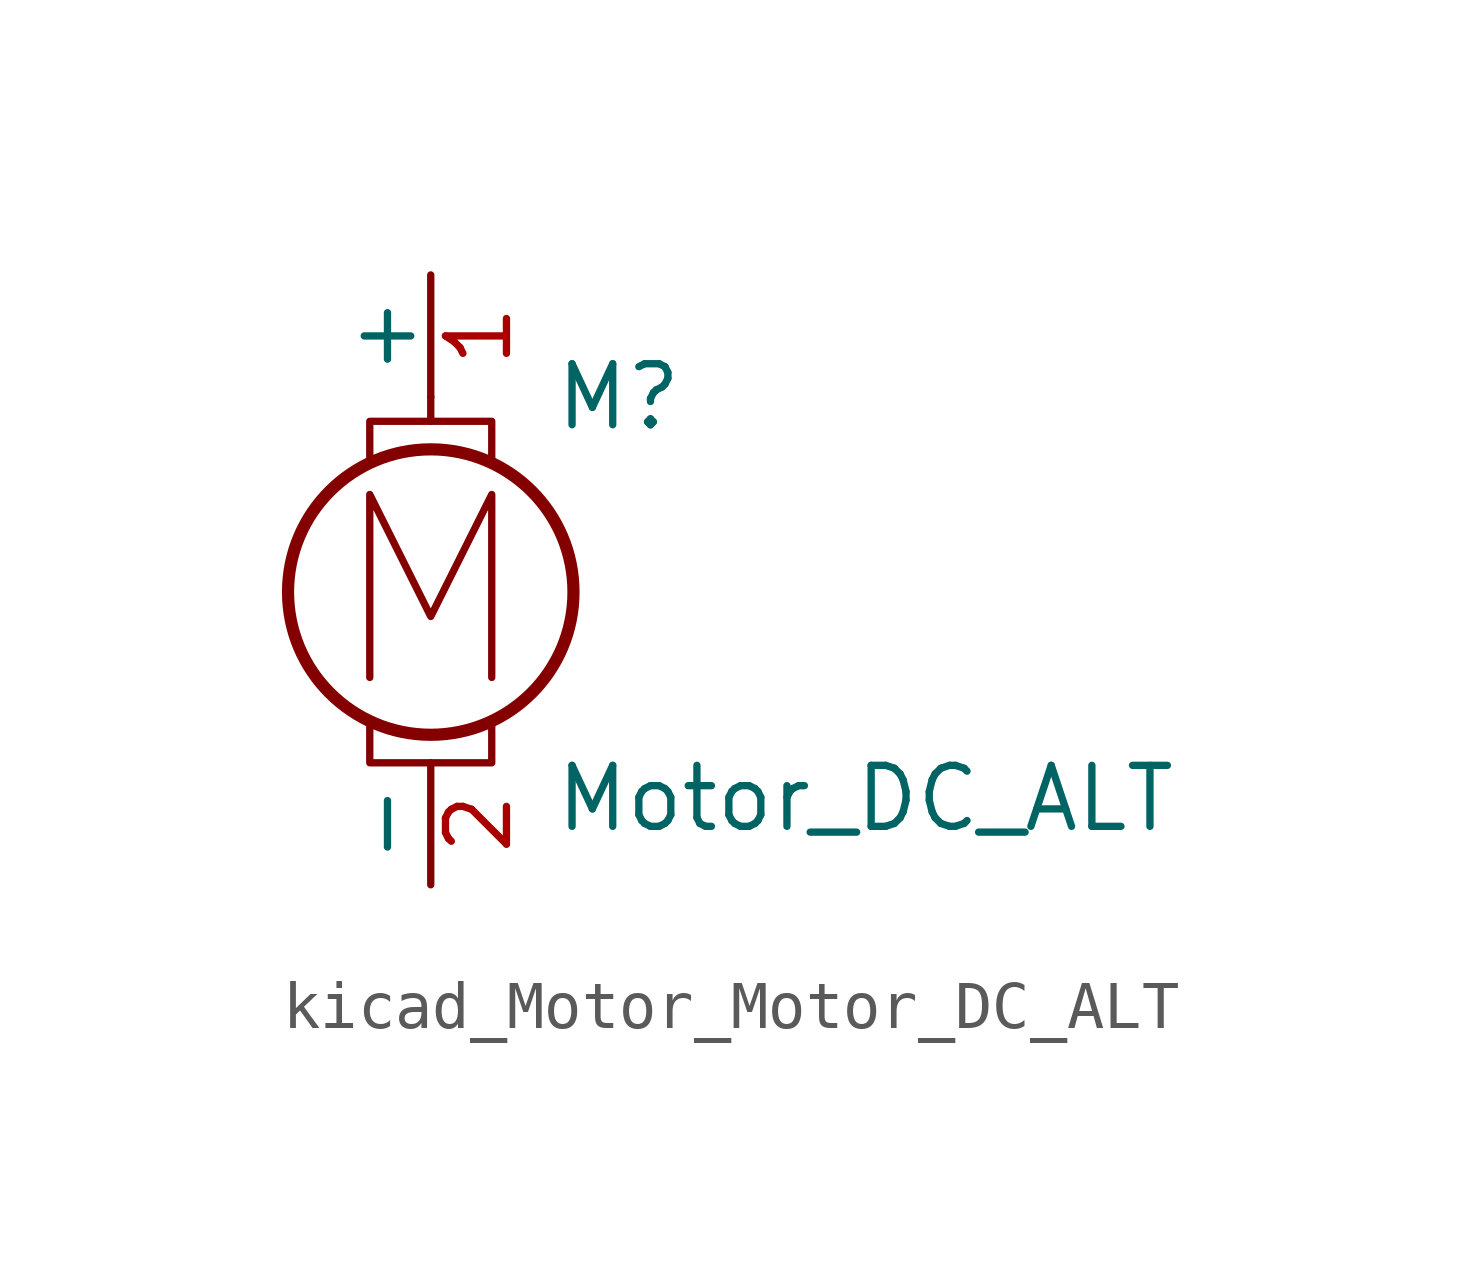
<source format=kicad_sym>
(kicad_symbol_lib
  (version 20220914)
  (generator kicad_symbol_editor)
  (symbol "kicad_Motor_Motor_DC_ALT"
    (pin_names
      (offset 0))
    (property "Reference" "M"
      (at 2.54 2.54 0)
      (effects (font (size 1.27 1.27)) (justify left)))
    (property "Value" "Motor_DC_ALT"
      (at 2.54 -5.08 0)
      (effects (font (size 1.27 1.27)) (justify left top)))
    (symbol "kicad_Motor_Motor_DC_ALT_0_0"
      (circle (center 0 -1.524) (radius 2.972) (stroke (width 0.254) (type default)) (fill (type none)))
      (polyline (pts (xy -1.27 -4.318) (xy -1.27 -5.08) (xy 1.27 -5.08) (xy 1.27 -4.318)) (stroke (width 0) (type default)) (fill (type none)))
      (polyline (pts (xy -1.27 1.27) (xy -1.27 2.032) (xy 1.27 2.032) (xy 1.27 1.27)) (stroke (width 0) (type default)) (fill (type none)))
      (polyline (pts (xy -1.27 -3.302) (xy -1.27 0.508) (xy 0 -2.032) (xy 1.27 0.508) (xy 1.27 -3.302)) (stroke (width 0) (type default)) (fill (type none))))
    (symbol "kicad_Motor_Motor_DC_ALT_0_1"
      (polyline (pts (xy 0 2.032) (xy 0 2.54)) (stroke (width 0) (type default)) (fill (type none))))
    (symbol "kicad_Motor_Motor_DC_ALT_1_1"
      (pin passive line (at 0 5.08 270) (length 2.54) (name "+" (effects (font (size 1.27 1.27)))) (number "1" (effects (font (size 1.27 1.27)))))
      (pin passive line (at 0 -7.62 90) (length 2.54) (name "-" (effects (font (size 1.27 1.27)))) (number "2" (effects (font (size 1.27 1.27))))))))
</source>
